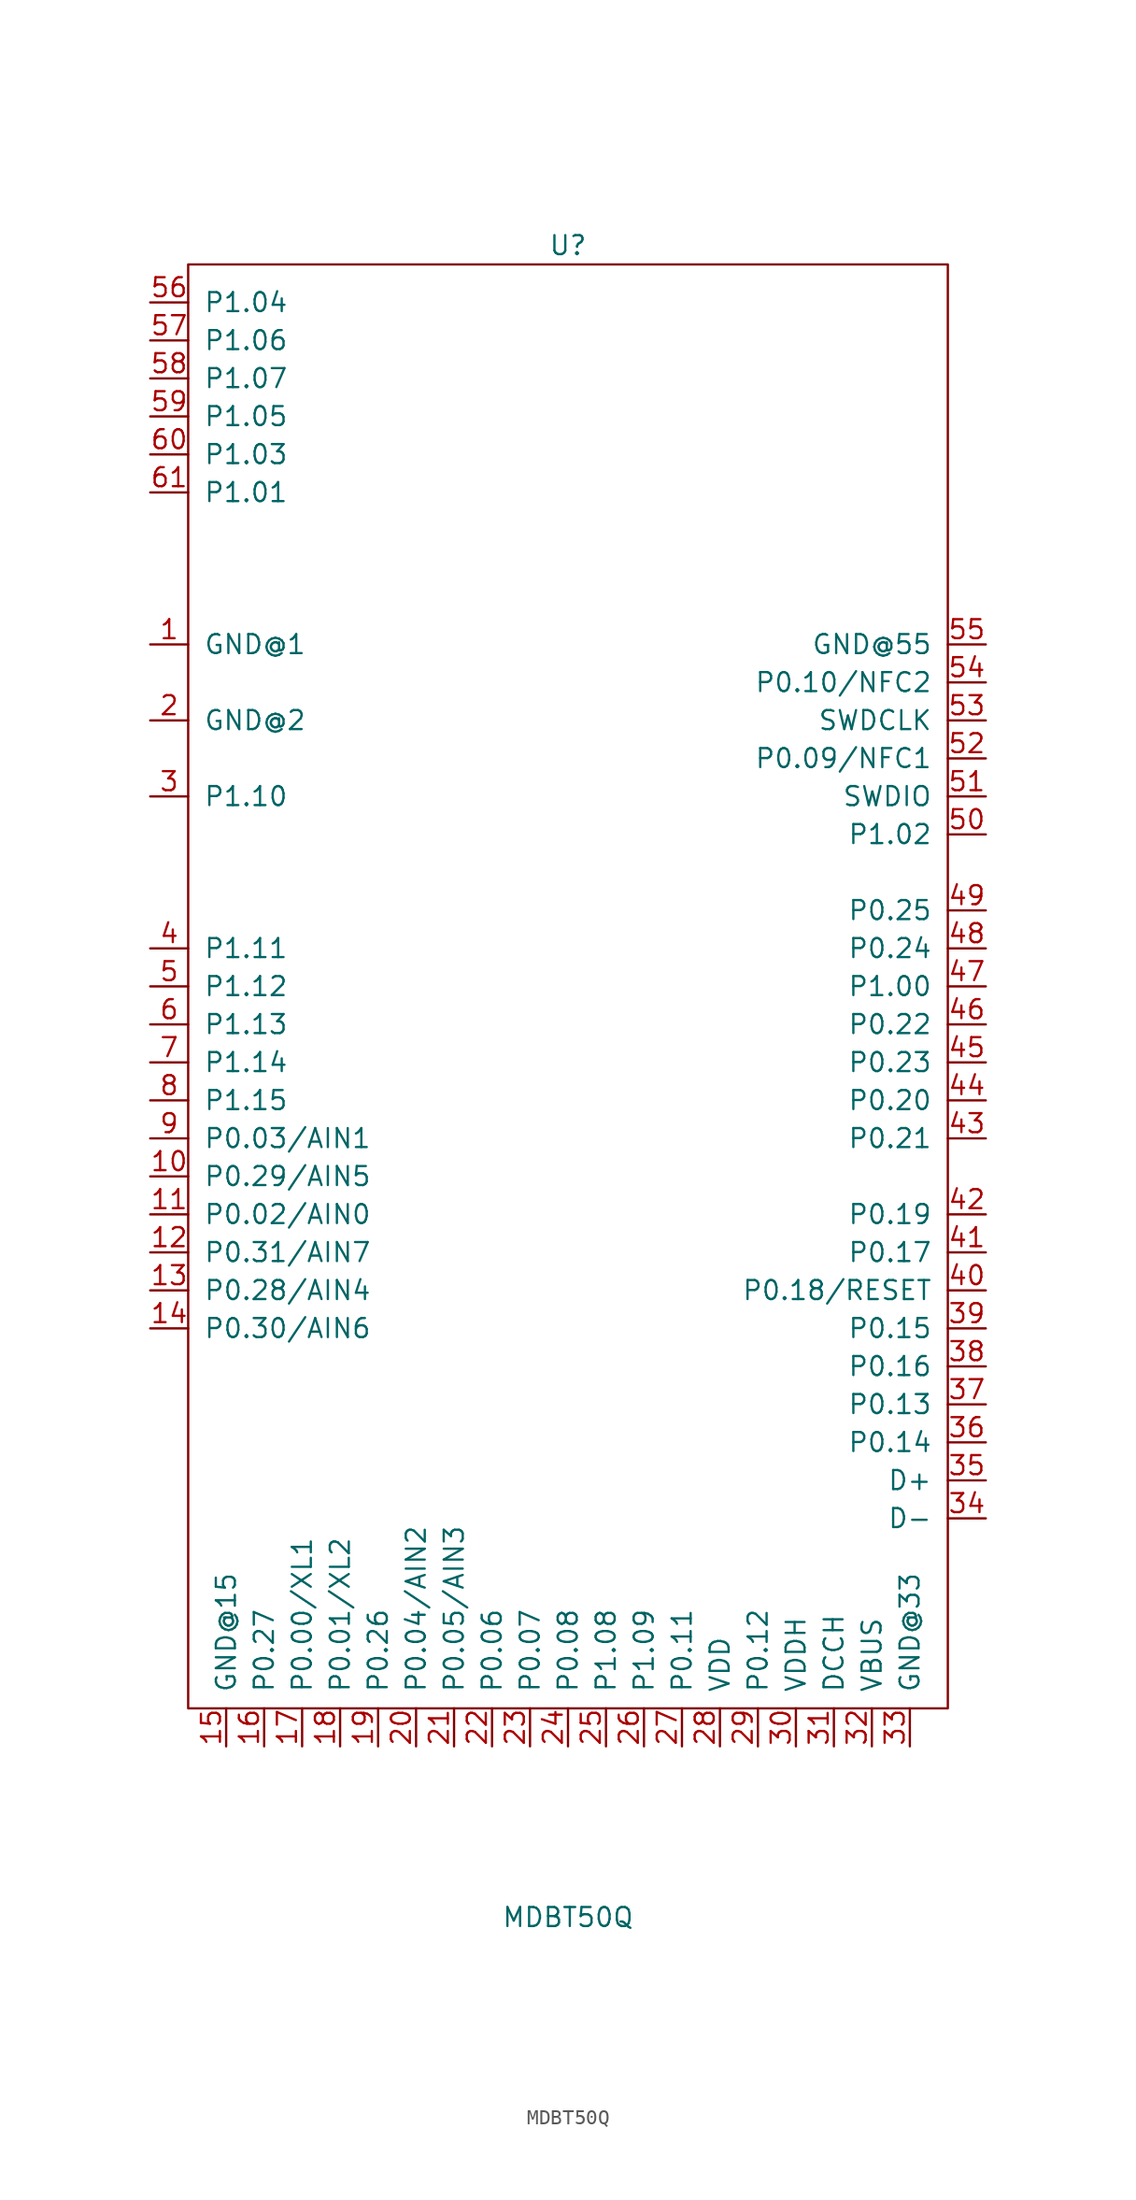
<source format=kicad_sym>
(kicad_symbol_lib
  (version 20241209)
  (generator "kicad_symbol_editor")
  (generator_version "9.0")
  (symbol "MDBT50Q"
    (pin_names
      (offset 1.016))
    (property "Reference" "U"
      (at 0 49.53 0)
      (effects (font (size 1.27 1.27))))
    (property "Value" "MDBT50Q"
      (at 0 -62.23 0)
      (effects (font (size 1.27 1.27))))
    (symbol "MDBT50Q_0_1"
      (rectangle (start -25.4 48.26) (end 25.4 -48.26) (stroke (width 0) (type solid)) (fill (type none))))
    (symbol "MDBT50Q_1_1"
      (pin bidirectional line (at -27.94 45.72 0) (length 2.54) (name "P1.04" (effects (font (size 1.27 1.27)))) (number "56" (effects (font (size 1.27 1.27)))))
      (pin bidirectional line (at -27.94 43.18 0) (length 2.54) (name "P1.06" (effects (font (size 1.27 1.27)))) (number "57" (effects (font (size 1.27 1.27)))))
      (pin bidirectional line (at -27.94 40.64 0) (length 2.54) (name "P1.07" (effects (font (size 1.27 1.27)))) (number "58" (effects (font (size 1.27 1.27)))))
      (pin bidirectional line (at -27.94 38.1 0) (length 2.54) (name "P1.05" (effects (font (size 1.27 1.27)))) (number "59" (effects (font (size 1.27 1.27)))))
      (pin bidirectional line (at -27.94 35.56 0) (length 2.54) (name "P1.03" (effects (font (size 1.27 1.27)))) (number "60" (effects (font (size 1.27 1.27)))))
      (pin bidirectional line (at -27.94 33.02 0) (length 2.54) (name "P1.01" (effects (font (size 1.27 1.27)))) (number "61" (effects (font (size 1.27 1.27)))))
      (pin power_in line (at -27.94 22.86 0) (length 2.54) (name "GND@1" (effects (font (size 1.27 1.27)))) (number "1" (effects (font (size 1.27 1.27)))))
      (pin power_in line (at -27.94 17.78 0) (length 2.54) (name "GND@2" (effects (font (size 1.27 1.27)))) (number "2" (effects (font (size 1.27 1.27)))))
      (pin bidirectional line (at -27.94 12.7 0) (length 2.54) (name "P1.10" (effects (font (size 1.27 1.27)))) (number "3" (effects (font (size 1.27 1.27)))))
      (pin bidirectional line (at -27.94 2.54 0) (length 2.54) (name "P1.11" (effects (font (size 1.27 1.27)))) (number "4" (effects (font (size 1.27 1.27)))))
      (pin bidirectional line (at -27.94 0 0) (length 2.54) (name "P1.12" (effects (font (size 1.27 1.27)))) (number "5" (effects (font (size 1.27 1.27)))))
      (pin bidirectional line (at -27.94 -2.54 0) (length 2.54) (name "P1.13" (effects (font (size 1.27 1.27)))) (number "6" (effects (font (size 1.27 1.27)))))
      (pin bidirectional line (at -27.94 -5.08 0) (length 2.54) (name "P1.14" (effects (font (size 1.27 1.27)))) (number "7" (effects (font (size 1.27 1.27)))))
      (pin bidirectional line (at -27.94 -7.62 0) (length 2.54) (name "P1.15" (effects (font (size 1.27 1.27)))) (number "8" (effects (font (size 1.27 1.27)))))
      (pin bidirectional line (at -27.94 -10.16 0) (length 2.54) (name "P0.03/AIN1" (effects (font (size 1.27 1.27)))) (number "9" (effects (font (size 1.27 1.27)))))
      (pin bidirectional line (at -27.94 -12.7 0) (length 2.54) (name "P0.29/AIN5" (effects (font (size 1.27 1.27)))) (number "10" (effects (font (size 1.27 1.27)))))
      (pin bidirectional line (at -27.94 -15.24 0) (length 2.54) (name "P0.02/AIN0" (effects (font (size 1.27 1.27)))) (number "11" (effects (font (size 1.27 1.27)))))
      (pin bidirectional line (at -27.94 -17.78 0) (length 2.54) (name "P0.31/AIN7" (effects (font (size 1.27 1.27)))) (number "12" (effects (font (size 1.27 1.27)))))
      (pin bidirectional line (at -27.94 -20.32 0) (length 2.54) (name "P0.28/AIN4" (effects (font (size 1.27 1.27)))) (number "13" (effects (font (size 1.27 1.27)))))
      (pin bidirectional line (at -27.94 -22.86 0) (length 2.54) (name "P0.30/AIN6" (effects (font (size 1.27 1.27)))) (number "14" (effects (font (size 1.27 1.27)))))
      (pin power_in line (at -22.86 -50.8 90) (length 2.54) (name "GND@15" (effects (font (size 1.27 1.27)))) (number "15" (effects (font (size 1.27 1.27)))))
      (pin bidirectional line (at -20.32 -50.8 90) (length 2.54) (name "P0.27" (effects (font (size 1.27 1.27)))) (number "16" (effects (font (size 1.27 1.27)))))
      (pin bidirectional line (at -17.78 -50.8 90) (length 2.54) (name "P0.00/XL1" (effects (font (size 1.27 1.27)))) (number "17" (effects (font (size 1.27 1.27)))))
      (pin bidirectional line (at -15.24 -50.8 90) (length 2.54) (name "P0.01/XL2" (effects (font (size 1.27 1.27)))) (number "18" (effects (font (size 1.27 1.27)))))
      (pin bidirectional line (at -12.7 -50.8 90) (length 2.54) (name "P0.26" (effects (font (size 1.27 1.27)))) (number "19" (effects (font (size 1.27 1.27)))))
      (pin bidirectional line (at -10.16 -50.8 90) (length 2.54) (name "P0.04/AIN2" (effects (font (size 1.27 1.27)))) (number "20" (effects (font (size 1.27 1.27)))))
      (pin bidirectional line (at -7.62 -50.8 90) (length 2.54) (name "P0.05/AIN3" (effects (font (size 1.27 1.27)))) (number "21" (effects (font (size 1.27 1.27)))))
      (pin bidirectional line (at -5.08 -50.8 90) (length 2.54) (name "P0.06" (effects (font (size 1.27 1.27)))) (number "22" (effects (font (size 1.27 1.27)))))
      (pin bidirectional line (at -2.54 -50.8 90) (length 2.54) (name "P0.07" (effects (font (size 1.27 1.27)))) (number "23" (effects (font (size 1.27 1.27)))))
      (pin bidirectional line (at 0 -50.8 90) (length 2.54) (name "P0.08" (effects (font (size 1.27 1.27)))) (number "24" (effects (font (size 1.27 1.27)))))
      (pin bidirectional line (at 2.54 -50.8 90) (length 2.54) (name "P1.08" (effects (font (size 1.27 1.27)))) (number "25" (effects (font (size 1.27 1.27)))))
      (pin bidirectional line (at 5.08 -50.8 90) (length 2.54) (name "P1.09" (effects (font (size 1.27 1.27)))) (number "26" (effects (font (size 1.27 1.27)))))
      (pin bidirectional line (at 7.62 -50.8 90) (length 2.54) (name "P0.11" (effects (font (size 1.27 1.27)))) (number "27" (effects (font (size 1.27 1.27)))))
      (pin power_in line (at 10.16 -50.8 90) (length 2.54) (name "VDD" (effects (font (size 1.27 1.27)))) (number "28" (effects (font (size 1.27 1.27)))))
      (pin bidirectional line (at 12.7 -50.8 90) (length 2.54) (name "P0.12" (effects (font (size 1.27 1.27)))) (number "29" (effects (font (size 1.27 1.27)))))
      (pin power_in line (at 15.24 -50.8 90) (length 2.54) (name "VDDH" (effects (font (size 1.27 1.27)))) (number "30" (effects (font (size 1.27 1.27)))))
      (pin power_out line (at 17.78 -50.8 90) (length 2.54) (name "DCCH" (effects (font (size 1.27 1.27)))) (number "31" (effects (font (size 1.27 1.27)))))
      (pin power_in line (at 20.32 -50.8 90) (length 2.54) (name "VBUS" (effects (font (size 1.27 1.27)))) (number "32" (effects (font (size 1.27 1.27)))))
      (pin power_in line (at 22.86 -50.8 90) (length 2.54) (name "GND@33" (effects (font (size 1.27 1.27)))) (number "33" (effects (font (size 1.27 1.27)))))
      (pin power_in line (at 27.94 22.86 180) (length 2.54) (name "GND@55" (effects (font (size 1.27 1.27)))) (number "55" (effects (font (size 1.27 1.27)))))
      (pin bidirectional line (at 27.94 20.32 180) (length 2.54) (name "P0.10/NFC2" (effects (font (size 1.27 1.27)))) (number "54" (effects (font (size 1.27 1.27)))))
      (pin bidirectional line (at 27.94 17.78 180) (length 2.54) (name "SWDCLK" (effects (font (size 1.27 1.27)))) (number "53" (effects (font (size 1.27 1.27)))))
      (pin bidirectional line (at 27.94 15.24 180) (length 2.54) (name "P0.09/NFC1" (effects (font (size 1.27 1.27)))) (number "52" (effects (font (size 1.27 1.27)))))
      (pin bidirectional line (at 27.94 12.7 180) (length 2.54) (name "SWDIO" (effects (font (size 1.27 1.27)))) (number "51" (effects (font (size 1.27 1.27)))))
      (pin bidirectional line (at 27.94 10.16 180) (length 2.54) (name "P1.02" (effects (font (size 1.27 1.27)))) (number "50" (effects (font (size 1.27 1.27)))))
      (pin bidirectional line (at 27.94 5.08 180) (length 2.54) (name "P0.25" (effects (font (size 1.27 1.27)))) (number "49" (effects (font (size 1.27 1.27)))))
      (pin bidirectional line (at 27.94 2.54 180) (length 2.54) (name "P0.24" (effects (font (size 1.27 1.27)))) (number "48" (effects (font (size 1.27 1.27)))))
      (pin bidirectional line (at 27.94 0 180) (length 2.54) (name "P1.00" (effects (font (size 1.27 1.27)))) (number "47" (effects (font (size 1.27 1.27)))))
      (pin bidirectional line (at 27.94 -2.54 180) (length 2.54) (name "P0.22" (effects (font (size 1.27 1.27)))) (number "46" (effects (font (size 1.27 1.27)))))
      (pin bidirectional line (at 27.94 -5.08 180) (length 2.54) (name "P0.23" (effects (font (size 1.27 1.27)))) (number "45" (effects (font (size 1.27 1.27)))))
      (pin bidirectional line (at 27.94 -7.62 180) (length 2.54) (name "P0.20" (effects (font (size 1.27 1.27)))) (number "44" (effects (font (size 1.27 1.27)))))
      (pin bidirectional line (at 27.94 -10.16 180) (length 2.54) (name "P0.21" (effects (font (size 1.27 1.27)))) (number "43" (effects (font (size 1.27 1.27)))))
      (pin bidirectional line (at 27.94 -15.24 180) (length 2.54) (name "P0.19" (effects (font (size 1.27 1.27)))) (number "42" (effects (font (size 1.27 1.27)))))
      (pin bidirectional line (at 27.94 -17.78 180) (length 2.54) (name "P0.17" (effects (font (size 1.27 1.27)))) (number "41" (effects (font (size 1.27 1.27)))))
      (pin bidirectional line (at 27.94 -20.32 180) (length 2.54) (name "P0.18/RESET" (effects (font (size 1.27 1.27)))) (number "40" (effects (font (size 1.27 1.27)))))
      (pin bidirectional line (at 27.94 -22.86 180) (length 2.54) (name "P0.15" (effects (font (size 1.27 1.27)))) (number "39" (effects (font (size 1.27 1.27)))))
      (pin bidirectional line (at 27.94 -25.4 180) (length 2.54) (name "P0.16" (effects (font (size 1.27 1.27)))) (number "38" (effects (font (size 1.27 1.27)))))
      (pin bidirectional line (at 27.94 -27.94 180) (length 2.54) (name "P0.13" (effects (font (size 1.27 1.27)))) (number "37" (effects (font (size 1.27 1.27)))))
      (pin bidirectional line (at 27.94 -30.48 180) (length 2.54) (name "P0.14" (effects (font (size 1.27 1.27)))) (number "36" (effects (font (size 1.27 1.27)))))
      (pin bidirectional line (at 27.94 -33.02 180) (length 2.54) (name "D+" (effects (font (size 1.27 1.27)))) (number "35" (effects (font (size 1.27 1.27)))))
      (pin bidirectional line (at 27.94 -35.56 180) (length 2.54) (name "D-" (effects (font (size 1.27 1.27)))) (number "34" (effects (font (size 1.27 1.27))))))))
</source>
